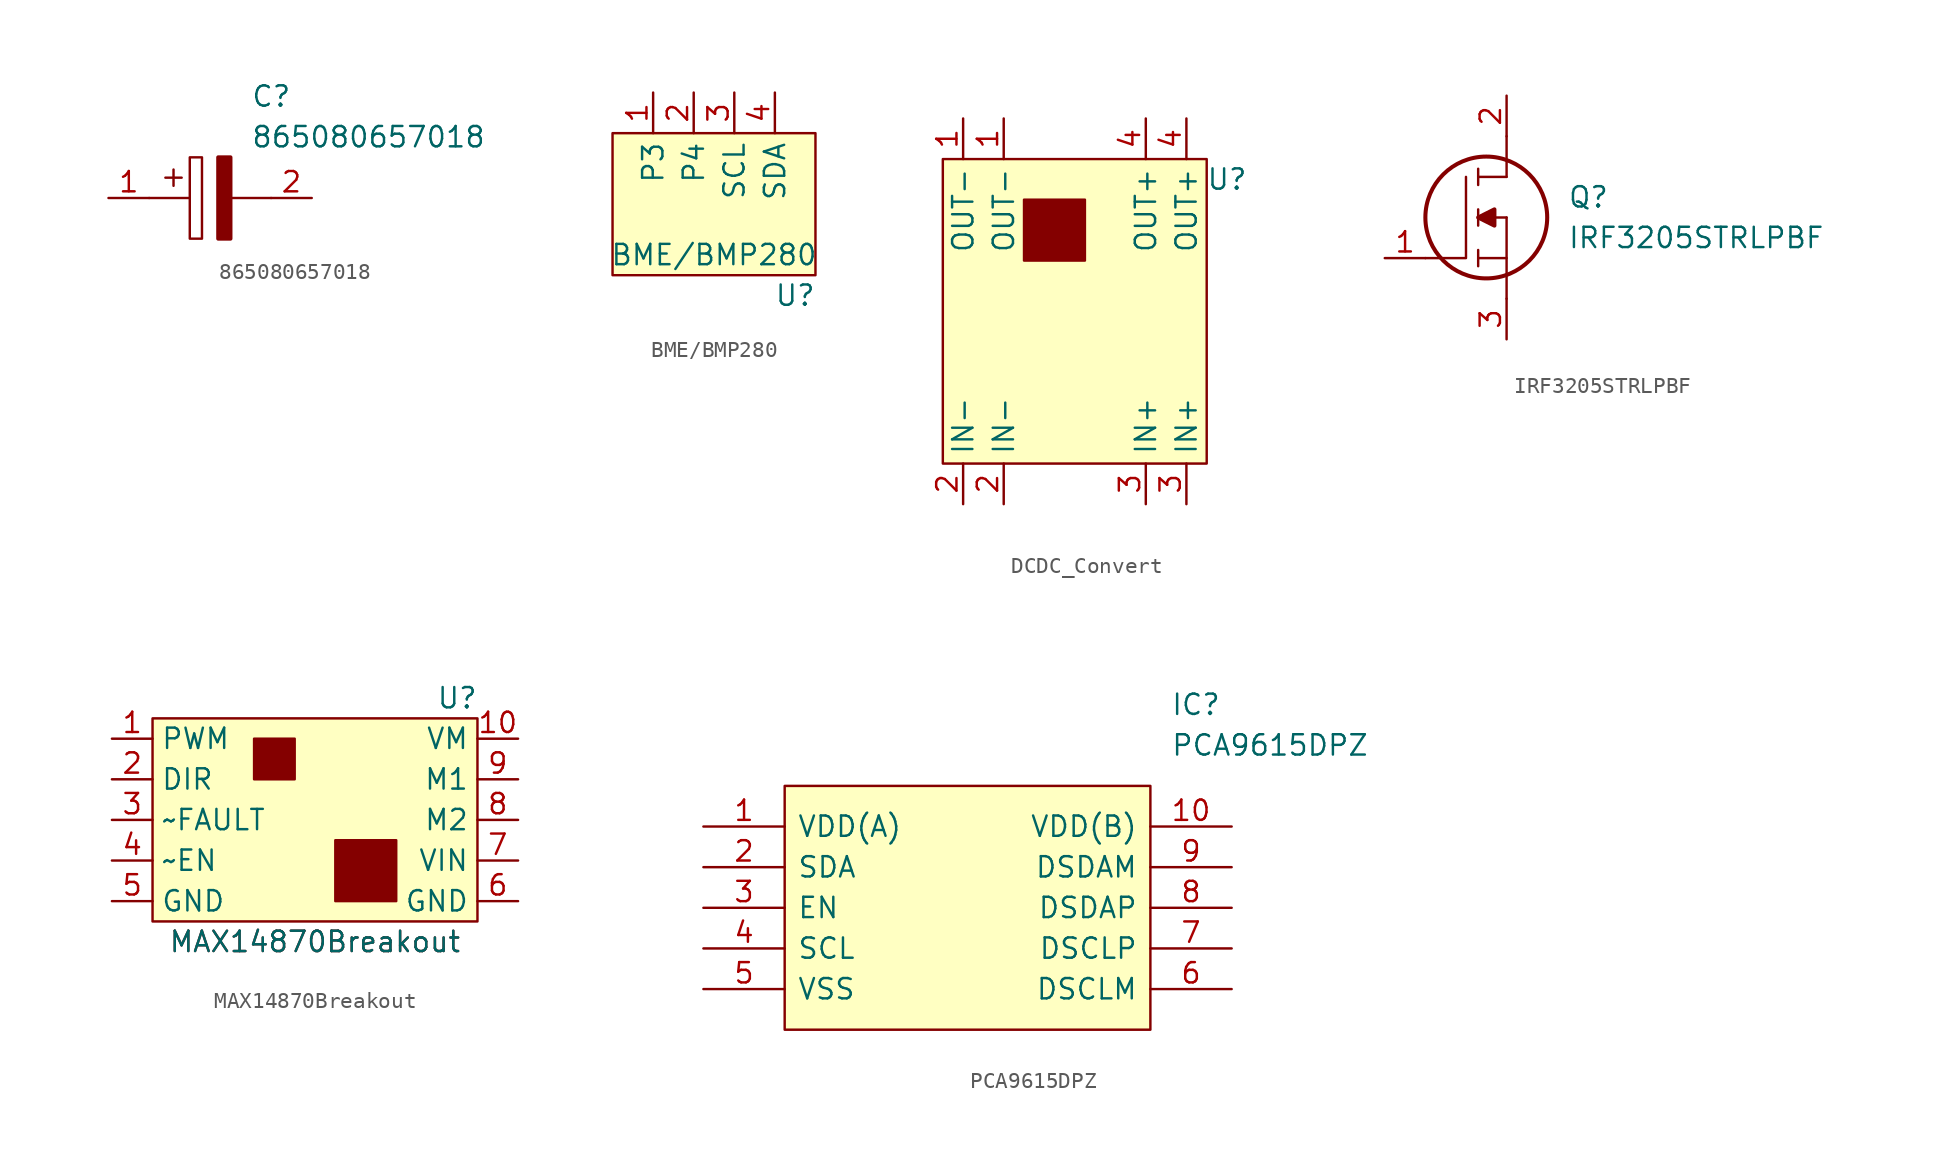
<source format=kicad_sym>
(kicad_symbol_lib
  (version 20220914)
  (generator kicad_symbol_editor)
  (symbol "865080657018"
    (pin_names
      (offset 0.762))
    (property "Reference" "C"
      (at 8.89 6.35 0)
      (effects (font (size 1.27 1.27)) (justify left)))
    (property "Value" "865080657018"
      (at 8.89 3.81 0)
      (effects (font (size 1.27 1.27)) (justify left)))
    (symbol "865080657018_0_0"
      (pin passive line (at 0 0 0) (length 2.54) (name "~" (effects (font (size 1.27 1.27)))) (number "1" (effects (font (size 1.27 1.27)))))
      (pin passive line (at 12.7 0 180) (length 2.54) (name "~" (effects (font (size 1.27 1.27)))) (number "2" (effects (font (size 1.27 1.27))))))
    (symbol "865080657018_0_1"
      (polyline (pts (xy 2.54 0) (xy 5.08 0)) (stroke (width 0.152) (type solid)) (fill (type none)))
      (polyline (pts (xy 4.064 1.778) (xy 4.064 0.762)) (stroke (width 0.152) (type solid)) (fill (type none)))
      (polyline (pts (xy 4.572 1.27) (xy 3.556 1.27)) (stroke (width 0.152) (type solid)) (fill (type none)))
      (polyline (pts (xy 7.62 0) (xy 10.16 0)) (stroke (width 0.152) (type solid)) (fill (type none)))
      (polyline (pts (xy 5.08 2.54) (xy 5.08 -2.54) (xy 5.842 -2.54) (xy 5.842 2.54) (xy 5.08 2.54)) (stroke (width 0.152) (type solid)) (fill (type none)))
      (polyline (pts (xy 7.62 2.54) (xy 7.62 -2.54) (xy 6.858 -2.54) (xy 6.858 2.54) (xy 7.62 2.54)) (stroke (width 0.254) (type solid)) (fill (type outline)))))
  (symbol "BME/BMP280"
    (property "Reference" "U"
      (at 5.08 -5.08 0)
      (effects (font (size 1.27 1.27))))
    (property "Value" "BME/BMP280"
      (at 0 -2.54 0)
      (effects (font (size 1.27 1.27))))
    (symbol "BME/BMP280_0_0"
      (pin unspecified line (at -3.81 7.62 270) (length 2.54) (name "P3" (effects (font (size 1.27 1.27)))) (number "1" (effects (font (size 1.27 1.27)))))
      (pin unspecified line (at -1.27 7.62 270) (length 2.54) (name "P4" (effects (font (size 1.27 1.27)))) (number "2" (effects (font (size 1.27 1.27)))))
      (pin unspecified line (at 1.27 7.62 270) (length 2.54) (name "SCL" (effects (font (size 1.27 1.27)))) (number "3" (effects (font (size 1.27 1.27)))))
      (pin unspecified line (at 3.81 7.62 270) (length 2.54) (name "SDA" (effects (font (size 1.27 1.27)))) (number "4" (effects (font (size 1.27 1.27))))))
    (symbol "BME/BMP280_1_1"
      (rectangle (start -6.35 5.08) (end 6.35 -3.81) (stroke (width 0) (type default)) (fill (type background)))))
  (symbol "DCDC_Convert"
    (property "Reference" "U"
      (at 8.89 7.62 0)
      (effects (font (size 1.27 1.27))))
    (property "Value" ""
      (at -5.715 12.065 90)
      (effects (font (size 1.27 1.27))))
    (symbol "DCDC_Convert_0_0"
      (pin unspecified line (at -7.62 11.43 270) (length 2.54) (name "OUT-" (effects (font (size 1.27 1.27)))) (number "1" (effects (font (size 1.27 1.27)))))
      (pin unspecified line (at -7.62 -12.7 90) (length 2.54) (name "IN-" (effects (font (size 1.27 1.27)))) (number "2" (effects (font (size 1.27 1.27)))))
      (pin unspecified line (at -5.08 -12.7 90) (length 2.54) (name "IN-" (effects (font (size 1.27 1.27)))) (number "2" (effects (font (size 1.27 1.27)))))
      (pin unspecified line (at 3.81 -12.7 90) (length 2.54) (name "IN+" (effects (font (size 1.27 1.27)))) (number "3" (effects (font (size 1.27 1.27)))))
      (pin unspecified line (at 6.35 -12.7 90) (length 2.54) (name "IN+" (effects (font (size 1.27 1.27)))) (number "3" (effects (font (size 1.27 1.27)))))
      (pin unspecified line (at 3.81 11.43 270) (length 2.54) (name "OUT+" (effects (font (size 1.27 1.27)))) (number "4" (effects (font (size 1.27 1.27)))))
      (pin unspecified line (at 6.35 11.43 270) (length 2.54) (name "OUT+" (effects (font (size 1.27 1.27)))) (number "4" (effects (font (size 1.27 1.27))))))
    (symbol "DCDC_Convert_1_0"
      (pin unspecified line (at -5.08 11.43 270) (length 2.54) (name "OUT-" (effects (font (size 1.27 1.27)))) (number "1" (effects (font (size 1.27 1.27))))))
    (symbol "DCDC_Convert_1_1"
      (rectangle (start -8.89 8.89) (end 7.62 -10.16) (stroke (width 0) (type default)) (fill (type background)))
      (rectangle (start -3.81 6.35) (end 0 2.54) (stroke (width 0) (type default)) (fill (type outline)))))
  (symbol "IRF3205STRLPBF"
    (pin_names
      (offset 0.762))
    (property "Reference" "Q"
      (at 11.43 3.81 0)
      (effects (font (size 1.27 1.27)) (justify left)))
    (property "Value" "IRF3205STRLPBF"
      (at 11.43 1.27 0)
      (effects (font (size 1.27 1.27)) (justify left)))
    (symbol "IRF3205STRLPBF_0_0"
      (pin passive line (at 0 0 0) (length 2.54) (name "~" (effects (font (size 1.27 1.27)))) (number "1" (effects (font (size 1.27 1.27)))))
      (pin passive line (at 7.62 10.16 270) (length 2.54) (name "~" (effects (font (size 1.27 1.27)))) (number "2" (effects (font (size 1.27 1.27)))))
      (pin passive line (at 7.62 -5.08 90) (length 2.54) (name "~" (effects (font (size 1.27 1.27)))) (number "3" (effects (font (size 1.27 1.27))))))
    (symbol "IRF3205STRLPBF_0_1"
      (polyline (pts (xy 5.842 -0.508) (xy 5.842 0.508)) (stroke (width 0.152) (type solid)) (fill (type none)))
      (polyline (pts (xy 5.842 0) (xy 7.62 0)) (stroke (width 0.152) (type solid)) (fill (type none)))
      (polyline (pts (xy 5.842 2.032) (xy 5.842 3.048)) (stroke (width 0.152) (type solid)) (fill (type none)))
      (polyline (pts (xy 5.842 5.588) (xy 5.842 4.572)) (stroke (width 0.152) (type solid)) (fill (type none)))
      (polyline (pts (xy 7.62 2.54) (xy 5.842 2.54)) (stroke (width 0.152) (type solid)) (fill (type none)))
      (polyline (pts (xy 7.62 2.54) (xy 7.62 -2.54)) (stroke (width 0.152) (type solid)) (fill (type none)))
      (polyline (pts (xy 7.62 5.08) (xy 5.842 5.08)) (stroke (width 0.152) (type solid)) (fill (type none)))
      (polyline (pts (xy 7.62 5.08) (xy 7.62 7.62)) (stroke (width 0.152) (type solid)) (fill (type none)))
      (polyline (pts (xy 2.54 0) (xy 5.08 0) (xy 5.08 5.08)) (stroke (width 0.152) (type solid)) (fill (type none)))
      (polyline (pts (xy 5.842 2.54) (xy 6.858 3.048) (xy 6.858 2.032) (xy 5.842 2.54)) (stroke (width 0.254) (type solid)) (fill (type outline)))
      (circle (center 6.35 2.54) (radius 3.81) (stroke (width 0.254) (type solid)) (fill (type none)))))
  (symbol "MAX14870Breakout"
    (property "Reference" "U"
      (at 8.89 7.62 0)
      (effects (font (size 1.27 1.27))))
    (property "Value" "MAX14870Breakout"
      (at 0 -7.62 0)
      (effects (font (size 1.27 1.27))))
    (symbol "MAX14870Breakout_0_0"
      (pin unspecified line (at -12.7 5.08 0) (length 2.54) (name "PWM" (effects (font (size 1.27 1.27)))) (number "1" (effects (font (size 1.27 1.27)))))
      (pin unspecified line (at 12.7 5.08 180) (length 2.54) (name "VM" (effects (font (size 1.27 1.27)))) (number "10" (effects (font (size 1.27 1.27)))))
      (pin unspecified line (at -12.7 2.54 0) (length 2.54) (name "DIR" (effects (font (size 1.27 1.27)))) (number "2" (effects (font (size 1.27 1.27)))))
      (pin unspecified line (at -12.7 0 0) (length 2.54) (name "~FAULT" (effects (font (size 1.27 1.27)))) (number "3" (effects (font (size 1.27 1.27)))))
      (pin unspecified line (at -12.7 -2.54 0) (length 2.54) (name "~EN" (effects (font (size 1.27 1.27)))) (number "4" (effects (font (size 1.27 1.27)))))
      (pin unspecified line (at -12.7 -5.08 0) (length 2.54) (name "GND" (effects (font (size 1.27 1.27)))) (number "5" (effects (font (size 1.27 1.27)))))
      (pin unspecified line (at 12.7 -5.08 180) (length 2.54) (name "GND" (effects (font (size 1.27 1.27)))) (number "6" (effects (font (size 1.27 1.27)))))
      (pin unspecified line (at 12.7 -2.54 180) (length 2.54) (name "VIN" (effects (font (size 1.27 1.27)))) (number "7" (effects (font (size 1.27 1.27)))))
      (pin unspecified line (at 12.7 0 180) (length 2.54) (name "M2" (effects (font (size 1.27 1.27)))) (number "8" (effects (font (size 1.27 1.27)))))
      (pin unspecified line (at 12.7 2.54 180) (length 2.54) (name "M1" (effects (font (size 1.27 1.27)))) (number "9" (effects (font (size 1.27 1.27))))))
    (symbol "MAX14870Breakout_1_1"
      (rectangle (start -10.16 6.35) (end 10.16 -6.35) (stroke (width 0) (type default)) (fill (type background)))
      (rectangle (start -3.81 5.08) (end -1.27 2.54) (stroke (width 0) (type default)) (fill (type outline)))
      (rectangle (start 1.27 -1.27) (end 5.08 -5.08) (stroke (width 0) (type default)) (fill (type outline)))
      (text "MAX14870Breakout" (at 0 -7.62 0) (effects (font (size 1.27 1.27))))))
  (symbol "PCA9615DPZ"
    (pin_names
      (offset 0.762))
    (property "Reference" "IC"
      (at 29.21 7.62 0)
      (effects (font (size 1.27 1.27)) (justify left)))
    (property "Value" "PCA9615DPZ"
      (at 29.21 5.08 0)
      (effects (font (size 1.27 1.27)) (justify left)))
    (symbol "PCA9615DPZ_0_0"
      (pin passive line (at 0 0 0) (length 5.08) (name "VDD(A)" (effects (font (size 1.27 1.27)))) (number "1" (effects (font (size 1.27 1.27)))))
      (pin passive line (at 33.02 0 180) (length 5.08) (name "VDD(B)" (effects (font (size 1.27 1.27)))) (number "10" (effects (font (size 1.27 1.27)))))
      (pin passive line (at 0 -2.54 0) (length 5.08) (name "SDA" (effects (font (size 1.27 1.27)))) (number "2" (effects (font (size 1.27 1.27)))))
      (pin passive line (at 0 -5.08 0) (length 5.08) (name "EN" (effects (font (size 1.27 1.27)))) (number "3" (effects (font (size 1.27 1.27)))))
      (pin passive line (at 0 -7.62 0) (length 5.08) (name "SCL" (effects (font (size 1.27 1.27)))) (number "4" (effects (font (size 1.27 1.27)))))
      (pin passive line (at 0 -10.16 0) (length 5.08) (name "VSS" (effects (font (size 1.27 1.27)))) (number "5" (effects (font (size 1.27 1.27)))))
      (pin passive line (at 33.02 -10.16 180) (length 5.08) (name "DSCLM" (effects (font (size 1.27 1.27)))) (number "6" (effects (font (size 1.27 1.27)))))
      (pin passive line (at 33.02 -7.62 180) (length 5.08) (name "DSCLP" (effects (font (size 1.27 1.27)))) (number "7" (effects (font (size 1.27 1.27)))))
      (pin passive line (at 33.02 -5.08 180) (length 5.08) (name "DSDAP" (effects (font (size 1.27 1.27)))) (number "8" (effects (font (size 1.27 1.27)))))
      (pin passive line (at 33.02 -2.54 180) (length 5.08) (name "DSDAM" (effects (font (size 1.27 1.27)))) (number "9" (effects (font (size 1.27 1.27))))))
    (symbol "PCA9615DPZ_1_1"
      (polyline (pts (xy 5.08 2.54) (xy 27.94 2.54) (xy 27.94 -12.7) (xy 5.08 -12.7) (xy 5.08 2.54)) (stroke (width 0.152) (type solid)) (fill (type background))))))
</source>
